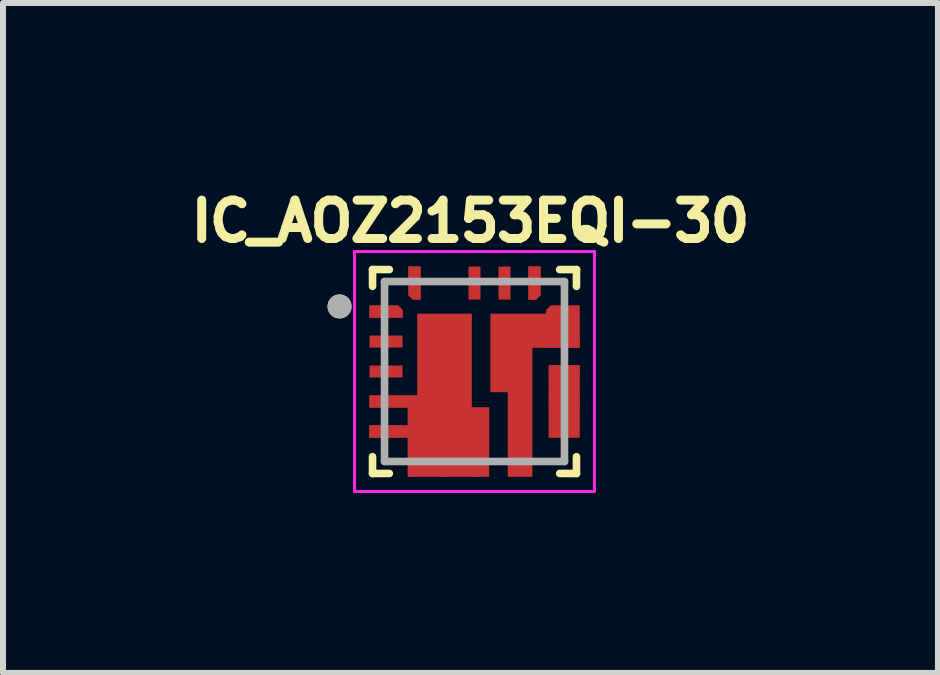
<source format=kicad_pcb>
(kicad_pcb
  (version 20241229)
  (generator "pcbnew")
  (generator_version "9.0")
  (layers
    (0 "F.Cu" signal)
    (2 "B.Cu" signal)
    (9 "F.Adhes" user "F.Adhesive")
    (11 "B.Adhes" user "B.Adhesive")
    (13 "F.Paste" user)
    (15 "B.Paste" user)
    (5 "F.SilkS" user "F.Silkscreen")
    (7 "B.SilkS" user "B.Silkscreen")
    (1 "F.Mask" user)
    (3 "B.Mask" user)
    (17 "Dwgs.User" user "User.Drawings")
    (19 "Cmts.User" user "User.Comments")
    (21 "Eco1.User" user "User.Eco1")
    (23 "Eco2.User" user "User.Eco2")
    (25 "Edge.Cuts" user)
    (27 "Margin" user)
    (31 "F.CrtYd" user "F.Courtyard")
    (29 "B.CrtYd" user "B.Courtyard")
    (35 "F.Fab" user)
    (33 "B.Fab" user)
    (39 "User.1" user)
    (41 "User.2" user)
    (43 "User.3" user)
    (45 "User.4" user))
  (footprint "IC_AOZ2153EQI-30"
    (layer "F.Cu")
    (at 4.861 3.144)
    (property "Reference" "IC_AOZ2153EQI-30" (at -0.068 -2.506 0) (layer "F.SilkS") (effects (font (size 0.64 0.64) (thickness 0.15))))
    (attr through_hole)
    (fp_poly (pts (xy 1.14 -0.2) (xy 1.85 -0.2) (xy 1.85 1.2) (xy 1.14 1.2)) (stroke (width 0.01) (type solid)) (fill yes) (layer "F.Mask"))
    (fp_poly (pts (xy -1.85 -1.2) (xy -1.85 -0.8) (xy -1.1 -0.8) (xy -1.1 -1.075) (xy -1.225 -1.2)) (stroke (width 0.01) (type solid)) (fill yes) (layer "F.Mask"))
    (fp_poly (pts (xy -1.2 -1.85) (xy -0.8 -1.85) (xy -0.8 -1.1) (xy -1.05 -1.1) (xy -1.2 -1.25)) (stroke (width 0.01) (type solid)) (fill yes) (layer "F.Mask"))
    (fp_poly (pts (xy 0.8 -1.85) (xy 1.2 -1.85) (xy 1.2 -1.225) (xy 1.075 -1.1) (xy 0.8 -1.1)) (stroke (width 0.01) (type solid)) (fill yes) (layer "F.Mask"))
    (fp_poly (pts (xy 1.85 -1.075) (xy 1.85 -1.2) (xy 1.225 -1.2) (xy 1.1 -1.075) (xy 1.1 -0.9) (xy 1.85 -0.9)) (stroke (width 0.01) (type solid)) (fill yes) (layer "F.Mask"))
    (fp_poly (pts (xy 0.46 1.85) (xy 0.46 0.44) (xy 0.17 0.44) (xy 0.17 -1.06) (xy 1.1 -1.06) (xy 1.85 -1.06) (xy 1.85 -0.3) (xy 1.06 -0.3) (xy 1.06 1.85)) (stroke (width 0.01) (type solid)) (fill yes) (layer "F.Mask"))
    (fp_poly (pts (xy 0.05 -1.06) (xy -1.05 -1.06) (xy -1.05 0.3) (xy -1.85 0.3) (xy -1.85 0.7) (xy -1.21 0.7) (xy -1.21 0.8) (xy -1.85 0.8) (xy -1.85 1.2) (xy -1.21 1.2) (xy -1.21 1.85) (xy 0.34 1.85) (xy 0.34 0.5) (xy 0.05 0.5)) (stroke (width 0.01) (type solid)) (fill yes) (layer "F.Mask"))
    (fp_line (start -1.7 -1.7) (end -1.42 -1.7) (stroke (width 0.127) (type solid)) (layer "F.SilkS"))
    (fp_line (start -1.7 -1.42) (end -1.7 -1.7) (stroke (width 0.127) (type solid)) (layer "F.SilkS"))
    (fp_line (start -1.7 1.42) (end -1.7 1.7) (stroke (width 0.127) (type solid)) (layer "F.SilkS"))
    (fp_line (start -1.7 1.7) (end -1.42 1.7) (stroke (width 0.127) (type solid)) (layer "F.SilkS"))
    (fp_line (start 1.42 1.7) (end 1.7 1.7) (stroke (width 0.127) (type solid)) (layer "F.SilkS"))
    (fp_line (start 1.7 -1.7) (end 1.42 -1.7) (stroke (width 0.127) (type solid)) (layer "F.SilkS"))
    (fp_line (start 1.7 -1.42) (end 1.7 -1.7) (stroke (width 0.127) (type solid)) (layer "F.SilkS"))
    (fp_line (start 1.7 1.7) (end 1.7 1.42) (stroke (width 0.127) (type solid)) (layer "F.SilkS"))
    (fp_circle (center -2.25 -1.085) (end -2.15 -1.085) (stroke (width 0.2) (type solid)) (fill no) (layer "F.SilkS"))
    (fp_poly (pts (xy -0.965 0.729) (xy 0.095 0.729) (xy 0.095 1.071) (xy -0.965 1.071)) (stroke (width 0.01) (type solid)) (fill yes) (layer "F.Paste"))
    (fp_poly (pts (xy -0.753 -0.763) (xy -0.247 -0.763) (xy -0.247 0.203) (xy -0.753 0.203)) (stroke (width 0.01) (type solid)) (fill yes) (layer "F.Paste"))
    (fp_poly (pts (xy 0.657 0.437) (xy 0.863 0.437) (xy 0.863 1.103) (xy 0.657 1.103)) (stroke (width 0.01) (type solid)) (fill yes) (layer "F.Paste"))
    (fp_poly (pts (xy -1.75 -1.1) (xy -1.75 -0.9) (xy -1.2 -0.9) (xy -1.2 -1.025) (xy -1.275 -1.1)) (stroke (width 0.01) (type solid)) (fill yes) (layer "F.Paste"))
    (fp_poly (pts (xy -1.1 -1.75) (xy -0.9 -1.75) (xy -0.9 -1.2) (xy -1.025 -1.2) (xy -1.1 -1.275)) (stroke (width 0.01) (type solid)) (fill yes) (layer "F.Paste"))
    (fp_poly (pts (xy 0.43 -0.8) (xy 0.43 0.18) (xy 0.8 0.18) (xy 0.8 -0.8) (xy 0.6 -0.8)) (stroke (width 0.01) (type solid)) (fill yes) (layer "F.Paste"))
    (fp_poly (pts (xy 0.9 -1.75) (xy 1.1 -1.75) (xy 1.1 -1.275) (xy 1.025 -1.2) (xy 0.9 -1.2)) (stroke (width 0.01) (type solid)) (fill yes) (layer "F.Paste"))
    (fp_poly (pts (xy 1.2 -0.9) (xy 1.75 -0.9) (xy 1.75 -1.1) (xy 1.275 -1.1) (xy 1.2 -1.025)) (stroke (width 0.01) (type solid)) (fill yes) (layer "F.Paste"))
    (fp_line (start -2 -2) (end -2 2) (stroke (width 0.05) (type solid)) (layer "F.CrtYd"))
    (fp_line (start -2 2) (end 2 2) (stroke (width 0.05) (type solid)) (layer "F.CrtYd"))
    (fp_line (start 2 -2) (end -2 -2) (stroke (width 0.05) (type solid)) (layer "F.CrtYd"))
    (fp_line (start 2 2) (end 2 -2) (stroke (width 0.05) (type solid)) (layer "F.CrtYd"))
    (fp_line (start -1.5 -1.5) (end 1.5 -1.5) (stroke (width 0.127) (type solid)) (layer "F.Fab"))
    (fp_line (start -1.5 1.5) (end -1.5 -1.5) (stroke (width 0.127) (type solid)) (layer "F.Fab"))
    (fp_line (start 1.5 -1.5) (end 1.5 1.5) (stroke (width 0.127) (type solid)) (layer "F.Fab"))
    (fp_line (start 1.5 1.5) (end -1.5 1.5) (stroke (width 0.127) (type solid)) (layer "F.Fab"))
    (fp_circle (center -2.25 -1.085) (end -2.15 -1.085) (stroke (width 0.2) (type solid)) (fill no) (layer "F.Fab"))
    (pad "1" smd custom (at -1.475 -1) (size 0.2 0.2) (layers "F.Cu") (options (anchor rect)) (primitives (gr_poly (pts (xy -0.275 -0.1) (xy -0.275 0.1) (xy 0.275 0.1) (xy 0.275 -0.025) (xy 0.2 -0.1)) (width 0.01) (fill yes))))
    (pad "2" smd rect (at -1.475 -0.5) (size 0.55 0.2) (layers "F.Cu" "F.Mask" "F.Paste"))
    (pad "3" smd rect (at -1.475 0) (size 0.55 0.2) (layers "F.Cu" "F.Mask" "F.Paste"))
    (pad "4" smd custom (at -1.475 0.5) (size 0.55 0.2) (layers "F.Cu" "F.Paste") (options (anchor rect)) (primitives (gr_poly (pts (xy 1.425 -1.46) (xy 0.525 -1.46) (xy 0.525 -0.1) (xy -0.275 -0.1) (xy -0.275 0.1) (xy 0.365 0.1) (xy 0.365 0.4) (xy -0.275 0.4) (xy -0.275 0.6) (xy 0.365 0.6) (xy 0.365 1.25) (xy 1.715 1.25) (xy 1.715 0.1) (xy 1.425 0.1)) (width 0.01) (fill yes))))
    (pad "5" smd rect (at -1.475 1) (size 0.55 0.2) (layers "F.Cu" "F.Paste"))
    (pad "6" smd rect (at -1 1.475) (size 0.2 0.55) (layers "F.Cu" "F.Paste"))
    (pad "7" smd rect (at -0.5 1.475) (size 0.2 0.55) (layers "F.Cu" "F.Paste"))
    (pad "8" smd rect (at 0 1.475) (size 0.2 0.55) (layers "F.Cu" "F.Paste"))
    (pad "9" smd custom (at 0.8 1.475) (size 0.2 0.55) (layers "F.Cu" "F.Paste") (options (anchor rect)) (primitives (gr_poly (pts (xy -0.24 0.275) (xy -0.24 -1.135) (xy -0.53 -1.135) (xy -0.53 -2.435) (xy 0.4 -2.435) (xy 0.95 -2.435) (xy 0.95 -1.875) (xy 0.16 -1.875) (xy 0.16 0.275)) (width 0.01) (fill yes))))
    (pad "10" smd custom (at 1.495 1) (size 0.51 0.2) (layers "F.Cu" "F.Paste") (options (anchor rect)) (primitives (gr_poly (pts (xy -0.255 -1.1) (xy 0.255 -1.1) (xy 0.255 0.1) (xy -0.255 0.1)) (width 0.01) (fill yes))))
    (pad "11" smd rect (at 1.495 0.5) (size 0.51 0.2) (layers "F.Cu" "F.Paste"))
    (pad "12" smd rect (at 1.495 0) (size 0.51 0.2) (layers "F.Cu" "F.Paste"))
    (pad "13" smd rect (at 1.475 -0.5) (size 0.55 0.2) (layers "F.Cu" "F.Paste"))
    (pad "14" smd custom (at 1.475 -1) (size 0.2 0.2) (layers "F.Cu") (options (anchor rect)) (primitives (gr_poly (pts (xy 0.275 0.04) (xy 0.275 -0.1) (xy -0.2 -0.1) (xy -0.275 -0.025) (xy -0.275 0.04)) (width 0.01) (fill yes))))
    (pad "15" smd custom (at 1 -1.475) (size 0.2 0.2) (layers "F.Cu") (options (anchor rect)) (primitives (gr_poly (pts (xy -0.1 -0.275) (xy 0.1 -0.275) (xy 0.1 0.2) (xy 0.025 0.275) (xy -0.1 0.275)) (width 0.01) (fill yes))))
    (pad "16" smd rect (at 0.5 -1.475) (size 0.2 0.55) (layers "F.Cu" "F.Mask" "F.Paste"))
    (pad "17" smd rect (at 0 -1.475) (size 0.2 0.55) (layers "F.Cu" "F.Mask" "F.Paste"))
    (pad "18" smd custom (at -1 -1.475) (size 0.2 0.2) (layers "F.Cu") (options (anchor rect)) (primitives (gr_poly (pts (xy -0.1 -0.275) (xy 0.1 -0.275) (xy 0.1 0.275) (xy -0.025 0.275) (xy -0.1 0.2)) (width 0.01) (fill yes)))))
  (gr_rect
    (start -3 -3)
    (end 12.587 8.169)
    (stroke (width 0.1) (type default))
    (fill no)
    (layer "Edge.Cuts")))
</source>
